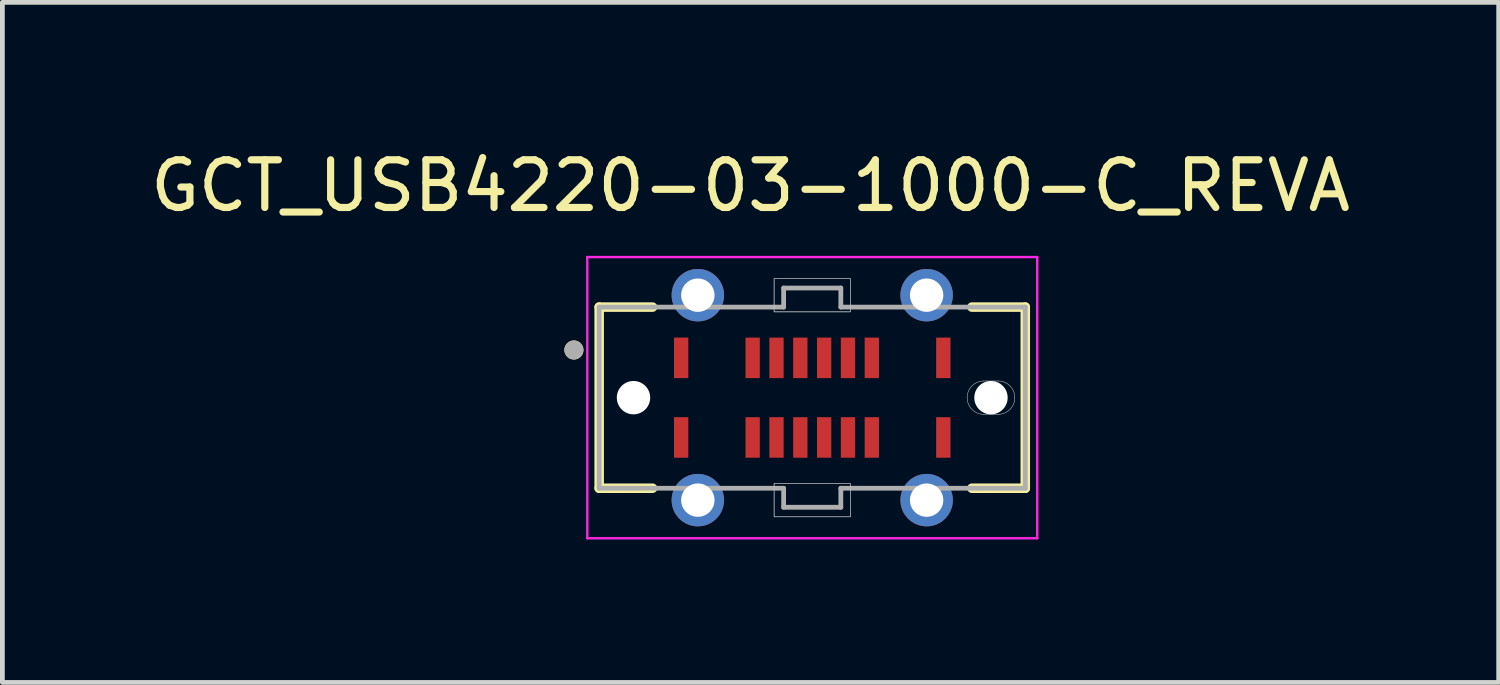
<source format=kicad_pcb>
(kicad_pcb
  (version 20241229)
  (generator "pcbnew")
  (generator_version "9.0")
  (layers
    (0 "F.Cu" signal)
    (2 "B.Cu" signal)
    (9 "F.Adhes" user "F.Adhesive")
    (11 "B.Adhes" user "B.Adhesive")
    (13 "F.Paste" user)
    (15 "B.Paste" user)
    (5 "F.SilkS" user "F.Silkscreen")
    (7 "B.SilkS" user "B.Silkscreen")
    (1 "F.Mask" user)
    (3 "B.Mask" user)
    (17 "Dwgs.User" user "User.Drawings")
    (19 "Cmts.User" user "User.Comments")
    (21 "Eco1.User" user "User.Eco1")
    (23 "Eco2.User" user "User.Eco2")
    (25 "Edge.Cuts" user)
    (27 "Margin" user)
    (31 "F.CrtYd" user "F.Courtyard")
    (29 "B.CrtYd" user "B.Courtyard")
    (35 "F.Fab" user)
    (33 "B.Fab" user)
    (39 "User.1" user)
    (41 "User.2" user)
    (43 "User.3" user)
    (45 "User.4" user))
  (footprint "GCT_USB4220-03-1000-C_REVA"
    (layer "F.Cu")
    (at 13.991 5.293)
    (property "Reference" "GCT_USB4220-03-1000-C_REVA" (at -1.295 -4.445 0) (layer "F.SilkS") (effects (font (size 1 1) (thickness 0.15))))
    (attr smd)
    (fp_poly (pts (xy 3.75 -0.45) (xy 3.6 -0.45) (xy 3.576 -0.449) (xy 3.553 -0.448) (xy 3.53 -0.444) (xy 3.506 -0.44) (xy 3.484 -0.435) (xy 3.461 -0.428) (xy 3.439 -0.42) (xy 3.417 -0.411) (xy 3.396 -0.401) (xy 3.375 -0.39) (xy 3.355 -0.377) (xy 3.335 -0.364) (xy 3.317 -0.35) (xy 3.299 -0.334) (xy 3.282 -0.318) (xy 3.266 -0.301) (xy 3.25 -0.283) (xy 3.236 -0.265) (xy 3.223 -0.245) (xy 3.21 -0.225) (xy 3.199 -0.204) (xy 3.189 -0.183) (xy 3.18 -0.161) (xy 3.172 -0.139) (xy 3.165 -0.116) (xy 3.16 -0.094) (xy 3.156 -0.07) (xy 3.152 -0.047) (xy 3.151 -0.024) (xy 3.15 0) (xy 3.151 0.024) (xy 3.152 0.047) (xy 3.156 0.07) (xy 3.16 0.094) (xy 3.165 0.116) (xy 3.172 0.139) (xy 3.18 0.161) (xy 3.189 0.183) (xy 3.199 0.204) (xy 3.21 0.225) (xy 3.223 0.245) (xy 3.236 0.265) (xy 3.25 0.283) (xy 3.266 0.301) (xy 3.282 0.318) (xy 3.299 0.334) (xy 3.317 0.35) (xy 3.335 0.364) (xy 3.355 0.377) (xy 3.375 0.39) (xy 3.396 0.401) (xy 3.417 0.411) (xy 3.439 0.42) (xy 3.461 0.428) (xy 3.484 0.435) (xy 3.506 0.44) (xy 3.53 0.444) (xy 3.553 0.448) (xy 3.576 0.449) (xy 3.6 0.45) (xy 3.75 0.45) (xy 3.9 0.45) (xy 3.924 0.449) (xy 3.947 0.448) (xy 3.97 0.444) (xy 3.994 0.44) (xy 4.016 0.435) (xy 4.039 0.428) (xy 4.061 0.42) (xy 4.083 0.411) (xy 4.104 0.401) (xy 4.125 0.39) (xy 4.145 0.377) (xy 4.165 0.364) (xy 4.183 0.35) (xy 4.201 0.334) (xy 4.218 0.318) (xy 4.234 0.301) (xy 4.25 0.283) (xy 4.264 0.265) (xy 4.277 0.245) (xy 4.29 0.225) (xy 4.301 0.204) (xy 4.311 0.183) (xy 4.32 0.161) (xy 4.328 0.139) (xy 4.335 0.116) (xy 4.34 0.094) (xy 4.344 0.07) (xy 4.348 0.047) (xy 4.349 0.024) (xy 4.35 0) (xy 4.349 -0.024) (xy 4.348 -0.047) (xy 4.344 -0.07) (xy 4.34 -0.094) (xy 4.335 -0.116) (xy 4.328 -0.139) (xy 4.32 -0.161) (xy 4.311 -0.183) (xy 4.301 -0.204) (xy 4.29 -0.225) (xy 4.277 -0.245) (xy 4.264 -0.265) (xy 4.25 -0.283) (xy 4.234 -0.301) (xy 4.218 -0.318) (xy 4.201 -0.334) (xy 4.183 -0.35) (xy 4.165 -0.364) (xy 4.145 -0.377) (xy 4.125 -0.39) (xy 4.104 -0.401) (xy 4.083 -0.411) (xy 4.061 -0.42) (xy 4.039 -0.428) (xy 4.016 -0.435) (xy 3.994 -0.44) (xy 3.97 -0.444) (xy 3.947 -0.448) (xy 3.924 -0.449) (xy 3.9 -0.45) (xy 3.75 -0.45)) (stroke (width 0.01) (type solid)) (fill yes) (layer "F.Mask"))
    (fp_poly (pts (xy 3.9 -0.45) (xy 3.6 -0.45) (xy 3.576 -0.449) (xy 3.553 -0.448) (xy 3.53 -0.444) (xy 3.506 -0.44) (xy 3.484 -0.435) (xy 3.461 -0.428) (xy 3.439 -0.42) (xy 3.417 -0.411) (xy 3.396 -0.401) (xy 3.375 -0.39) (xy 3.355 -0.377) (xy 3.335 -0.364) (xy 3.317 -0.35) (xy 3.299 -0.334) (xy 3.282 -0.318) (xy 3.266 -0.301) (xy 3.25 -0.283) (xy 3.236 -0.265) (xy 3.223 -0.245) (xy 3.21 -0.225) (xy 3.199 -0.204) (xy 3.189 -0.183) (xy 3.18 -0.161) (xy 3.172 -0.139) (xy 3.165 -0.116) (xy 3.16 -0.094) (xy 3.156 -0.07) (xy 3.152 -0.047) (xy 3.151 -0.024) (xy 3.15 0) (xy 3.151 0.024) (xy 3.152 0.047) (xy 3.156 0.07) (xy 3.16 0.094) (xy 3.165 0.116) (xy 3.172 0.139) (xy 3.18 0.161) (xy 3.189 0.183) (xy 3.199 0.204) (xy 3.21 0.225) (xy 3.223 0.245) (xy 3.236 0.265) (xy 3.25 0.283) (xy 3.266 0.301) (xy 3.282 0.318) (xy 3.299 0.334) (xy 3.317 0.35) (xy 3.335 0.364) (xy 3.355 0.377) (xy 3.375 0.39) (xy 3.396 0.401) (xy 3.417 0.411) (xy 3.439 0.42) (xy 3.461 0.428) (xy 3.484 0.435) (xy 3.506 0.44) (xy 3.53 0.444) (xy 3.553 0.448) (xy 3.576 0.449) (xy 3.6 0.45) (xy 3.9 0.45) (xy 3.924 0.449) (xy 3.947 0.448) (xy 3.97 0.444) (xy 3.994 0.44) (xy 4.016 0.435) (xy 4.039 0.428) (xy 4.061 0.42) (xy 4.083 0.411) (xy 4.104 0.401) (xy 4.125 0.39) (xy 4.145 0.377) (xy 4.165 0.364) (xy 4.183 0.35) (xy 4.201 0.334) (xy 4.218 0.318) (xy 4.234 0.301) (xy 4.25 0.283) (xy 4.264 0.265) (xy 4.277 0.245) (xy 4.29 0.225) (xy 4.301 0.204) (xy 4.311 0.183) (xy 4.32 0.161) (xy 4.328 0.139) (xy 4.335 0.116) (xy 4.34 0.094) (xy 4.344 0.07) (xy 4.348 0.047) (xy 4.349 0.024) (xy 4.35 0) (xy 4.349 -0.024) (xy 4.348 -0.047) (xy 4.344 -0.07) (xy 4.34 -0.094) (xy 4.335 -0.116) (xy 4.328 -0.139) (xy 4.32 -0.161) (xy 4.311 -0.183) (xy 4.301 -0.204) (xy 4.29 -0.225) (xy 4.277 -0.245) (xy 4.264 -0.265) (xy 4.25 -0.283) (xy 4.234 -0.301) (xy 4.218 -0.318) (xy 4.201 -0.334) (xy 4.183 -0.35) (xy 4.165 -0.364) (xy 4.145 -0.377) (xy 4.125 -0.39) (xy 4.104 -0.401) (xy 4.083 -0.411) (xy 4.061 -0.42) (xy 4.039 -0.428) (xy 4.016 -0.435) (xy 3.994 -0.44) (xy 3.97 -0.444) (xy 3.947 -0.448) (xy 3.924 -0.449) (xy 3.9 -0.45)) (stroke (width 0.01) (type solid)) (fill yes) (layer "B.Mask"))
    (fp_line (start -4.47 -1.9) (end -3.35 -1.9) (stroke (width 0.2) (type solid)) (layer "F.SilkS"))
    (fp_line (start -4.47 1.9) (end -4.47 -1.9) (stroke (width 0.2) (type solid)) (layer "F.SilkS"))
    (fp_line (start -4.47 1.9) (end -3.35 1.9) (stroke (width 0.2) (type solid)) (layer "F.SilkS"))
    (fp_line (start 3.35 -1.9) (end 4.47 -1.9) (stroke (width 0.2) (type solid)) (layer "F.SilkS"))
    (fp_line (start 3.35 1.9) (end 4.47 1.9) (stroke (width 0.2) (type solid)) (layer "F.SilkS"))
    (fp_line (start 4.47 1.9) (end 4.47 -1.9) (stroke (width 0.2) (type solid)) (layer "F.SilkS"))
    (fp_circle (center -5 -1) (end -4.9 -1) (stroke (width 0.2) (type solid)) (fill no) (layer "F.SilkS"))
    (fp_poly (pts (xy -0.8 -1.8) (xy 0.8 -1.8) (xy 0.8 -2.5) (xy -0.8 -2.5)) (stroke (width 0.01) (type solid)) (fill no) (layer "Dwgs.User"))
    (fp_poly (pts (xy -0.8 -1.8) (xy 0.8 -1.8) (xy 0.8 -2.5) (xy -0.8 -2.5)) (stroke (width 0.01) (type solid)) (fill no) (layer "Dwgs.User"))
    (fp_poly (pts (xy -0.8 1.8) (xy 0.8 1.8) (xy 0.8 2.5) (xy -0.8 2.5)) (stroke (width 0.01) (type solid)) (fill no) (layer "Dwgs.User"))
    (fp_poly (pts (xy -0.8 1.8) (xy 0.8 1.8) (xy 0.8 2.5) (xy -0.8 2.5)) (stroke (width 0.01) (type solid)) (fill no) (layer "Dwgs.User"))
    (fp_line (start 3.6 0.35) (end 3.9 0.35) (stroke (width 0.01) (type solid)) (layer "Edge.Cuts"))
    (fp_line (start 3.9 -0.35) (end 3.6 -0.35) (stroke (width 0.01) (type solid)) (layer "Edge.Cuts"))
    (fp_arc (start 3.25 0) (mid 3.352513 -0.247487) (end 3.6 -0.35) (stroke (width 0.01) (type solid)) (layer "Edge.Cuts"))
    (fp_arc (start 3.6 0.35) (mid 3.352513 0.247487) (end 3.25 0) (stroke (width 0.01) (type solid)) (layer "Edge.Cuts"))
    (fp_arc (start 3.9 -0.35) (mid 4.147487 -0.247487) (end 4.25 0) (stroke (width 0.01) (type solid)) (layer "Edge.Cuts"))
    (fp_arc (start 4.25 0) (mid 4.147487 0.247487) (end 3.9 0.35) (stroke (width 0.01) (type solid)) (layer "Edge.Cuts"))
    (fp_line (start -4.72 -2.95) (end 4.72 -2.95) (stroke (width 0.05) (type solid)) (layer "F.CrtYd"))
    (fp_line (start -4.72 2.95) (end -4.72 -2.95) (stroke (width 0.05) (type solid)) (layer "F.CrtYd"))
    (fp_line (start -4.72 2.95) (end 4.72 2.95) (stroke (width 0.05) (type solid)) (layer "F.CrtYd"))
    (fp_line (start 4.72 2.95) (end 4.72 -2.95) (stroke (width 0.05) (type solid)) (layer "F.CrtYd"))
    (fp_line (start -4.47 -1.9) (end -0.6 -1.9) (stroke (width 0.1) (type solid)) (layer "F.Fab"))
    (fp_line (start -4.47 1.9) (end -4.47 -1.9) (stroke (width 0.1) (type solid)) (layer "F.Fab"))
    (fp_line (start -4.47 1.9) (end -0.6 1.9) (stroke (width 0.1) (type solid)) (layer "F.Fab"))
    (fp_line (start -0.6 -2.3) (end 0.6 -2.3) (stroke (width 0.1) (type solid)) (layer "F.Fab"))
    (fp_line (start -0.6 -1.9) (end -0.6 -2.3) (stroke (width 0.1) (type solid)) (layer "F.Fab"))
    (fp_line (start -0.6 2.3) (end -0.6 1.9) (stroke (width 0.1) (type solid)) (layer "F.Fab"))
    (fp_line (start -0.6 2.3) (end 0.6 2.3) (stroke (width 0.1) (type solid)) (layer "F.Fab"))
    (fp_line (start 0.6 -1.9) (end 0.6 -2.3) (stroke (width 0.1) (type solid)) (layer "F.Fab"))
    (fp_line (start 0.6 -1.9) (end 4.47 -1.9) (stroke (width 0.1) (type solid)) (layer "F.Fab"))
    (fp_line (start 0.6 1.9) (end 4.47 1.9) (stroke (width 0.1) (type solid)) (layer "F.Fab"))
    (fp_line (start 0.6 2.3) (end 0.6 1.9) (stroke (width 0.1) (type solid)) (layer "F.Fab"))
    (fp_line (start 4.47 1.9) (end 4.47 -1.9) (stroke (width 0.1) (type solid)) (layer "F.Fab"))
    (fp_circle (center -5 -1) (end -4.9 -1) (stroke (width 0.2) (type solid)) (fill no) (layer "F.Fab"))
    (pad "" np_thru_hole circle (at -3.75 0) (size 0.7 0.7) (drill 0.7) (layers "*.Cu" "*.Mask"))
    (pad "" np_thru_hole circle (at 3.75 0) (size 0.7 0.7) (drill 0.7) (layers "*.Cu" "*.Mask"))
    (pad "A1" smd rect (at -2.75 -0.835) (size 0.3 0.85) (layers "F.Cu" "F.Mask" "F.Paste"))
    (pad "A4" smd rect (at -1.25 -0.835) (size 0.3 0.85) (layers "F.Cu" "F.Mask" "F.Paste"))
    (pad "A5" smd rect (at -0.75 -0.835) (size 0.3 0.85) (layers "F.Cu" "F.Mask" "F.Paste"))
    (pad "A6" smd rect (at -0.25 -0.835) (size 0.3 0.85) (layers "F.Cu" "F.Mask" "F.Paste"))
    (pad "A7" smd rect (at 0.25 -0.835) (size 0.3 0.85) (layers "F.Cu" "F.Mask" "F.Paste"))
    (pad "A8" smd rect (at 0.75 -0.835) (size 0.3 0.85) (layers "F.Cu" "F.Mask" "F.Paste"))
    (pad "A9" smd rect (at 1.25 -0.835) (size 0.3 0.85) (layers "F.Cu" "F.Mask" "F.Paste"))
    (pad "A12" smd rect (at 2.75 -0.835) (size 0.3 0.85) (layers "F.Cu" "F.Mask" "F.Paste"))
    (pad "B1" smd rect (at 2.75 0.835) (size 0.3 0.85) (layers "F.Cu" "F.Mask" "F.Paste"))
    (pad "B4" smd rect (at 1.25 0.835) (size 0.3 0.85) (layers "F.Cu" "F.Mask" "F.Paste"))
    (pad "B5" smd rect (at 0.75 0.835) (size 0.3 0.85) (layers "F.Cu" "F.Mask" "F.Paste"))
    (pad "B6" smd rect (at 0.25 0.835) (size 0.3 0.85) (layers "F.Cu" "F.Mask" "F.Paste"))
    (pad "B7" smd rect (at -0.25 0.835) (size 0.3 0.85) (layers "F.Cu" "F.Mask" "F.Paste"))
    (pad "B8" smd rect (at -0.75 0.835) (size 0.3 0.85) (layers "F.Cu" "F.Mask" "F.Paste"))
    (pad "B9" smd rect (at -1.25 0.835) (size 0.3 0.85) (layers "F.Cu" "F.Mask" "F.Paste"))
    (pad "B12" smd rect (at -2.75 0.835) (size 0.3 0.85) (layers "F.Cu" "F.Mask" "F.Paste"))
    (pad "S1" thru_hole circle (at -2.4 -2.15) (size 1.1 1.1) (drill 0.7) (layers "*.Cu" "*.Mask"))
    (pad "S2" thru_hole circle (at -2.4 2.15) (size 1.1 1.1) (drill 0.7) (layers "*.Cu" "*.Mask"))
    (pad "S3" thru_hole circle (at 2.4 2.15) (size 1.1 1.1) (drill 0.7) (layers "*.Cu" "*.Mask"))
    (pad "S4" thru_hole circle (at 2.4 -2.15) (size 1.1 1.1) (drill 0.7) (layers "*.Cu" "*.Mask")))
  (gr_rect
    (start -3 -3)
    (end 28.393 11.268)
    (stroke (width 0.1) (type default))
    (fill no)
    (layer "Edge.Cuts")))
</source>
